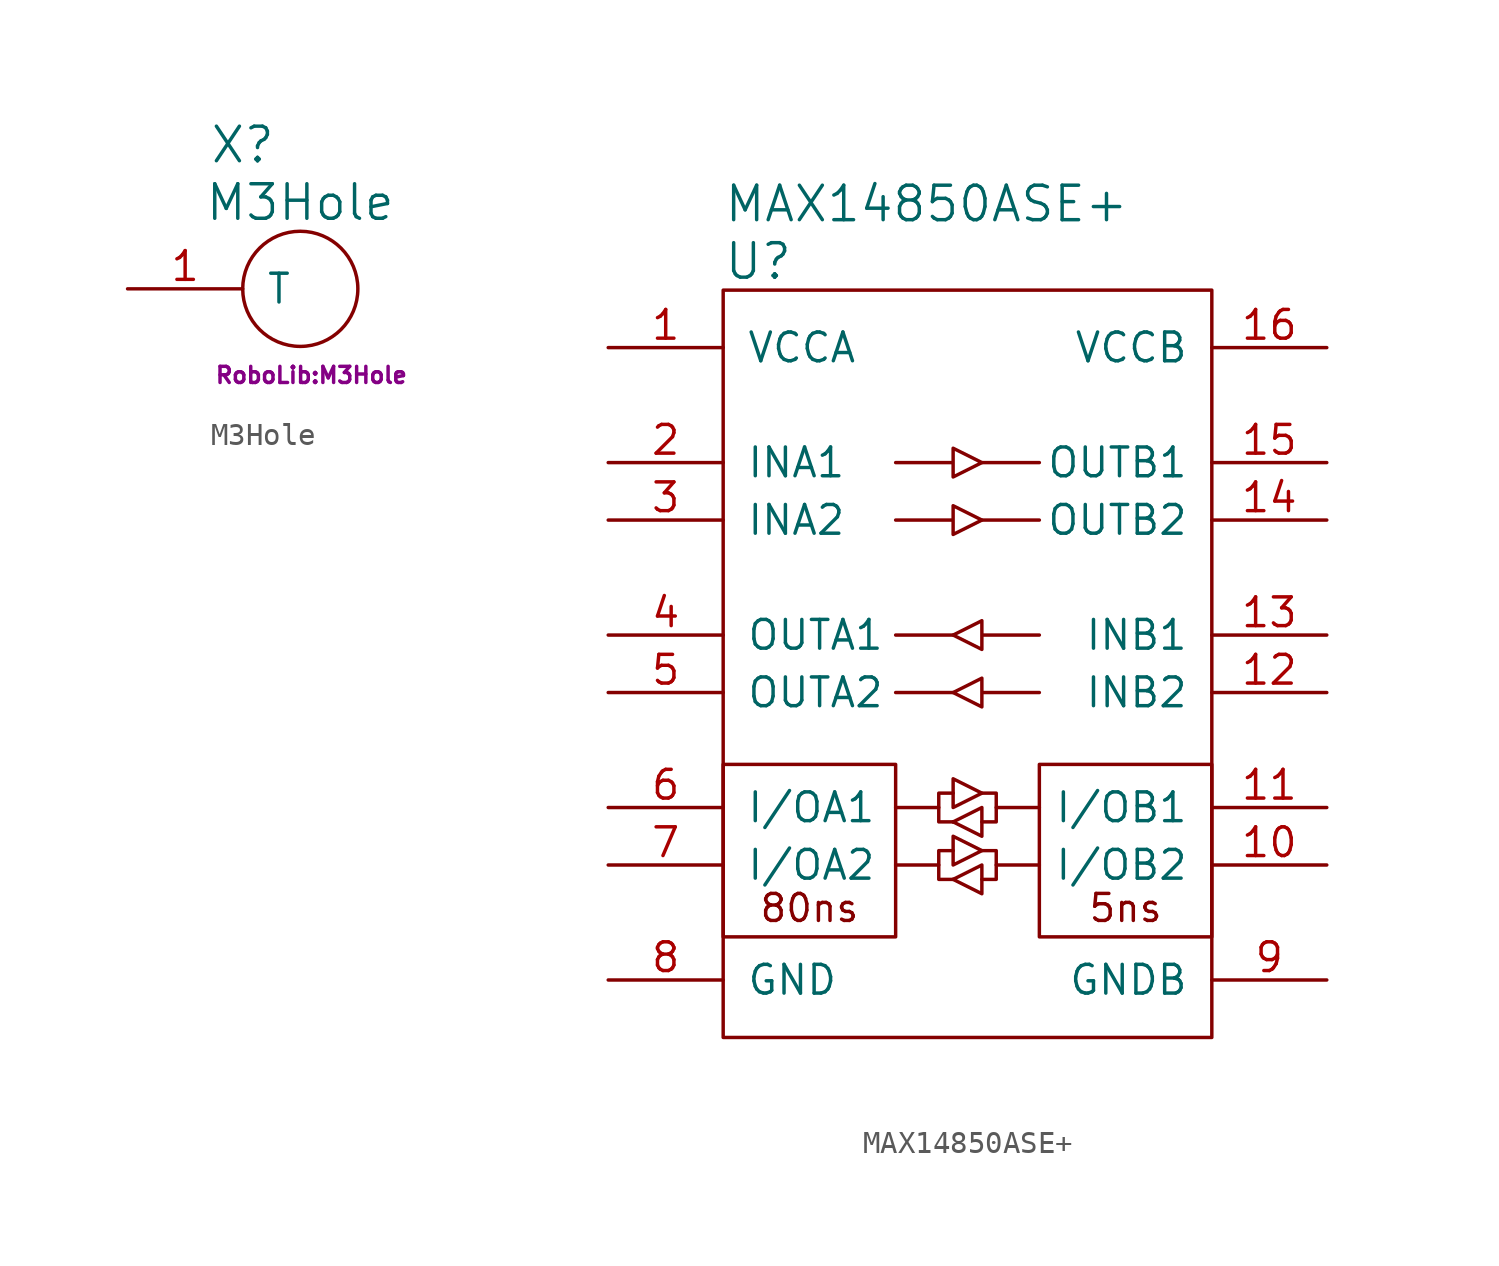
<source format=kicad_sym>
(kicad_symbol_lib
  (version 20211014)
  (generator kicad_symbol_editor)
  (symbol "M3Hole"
    (pin_names
      (offset 1.016))
    (property "Reference" "X"
      (at 0 6.35 0)
      (effects (font (size 1.524 1.524))))
    (property "Value" "M3Hole"
      (at 2.54 3.81 0)
      (effects (font (size 1.524 1.524))))
    (property "Footprint" "RoboLib:M3Hole"
      (at -1.27 -3.81 0)
      (effects (font (size 0.711 0.711)) (justify left)))
    (property "Datasheet" ""
      (at 0 0 0)
      (effects (font (size 1.524 1.524))))
    (symbol "M3Hole_0_1"
      (circle (center 2.54 0) (radius 2.54) (stroke (width 0) (type default) (color 0 0 0 0)) (fill (type none))))
    (symbol "M3Hole_1_1"
      (pin bidirectional line (at -5.08 0 0) (length 5.08) (name "T" (effects (font (size 1.27 1.27)))) (number "1" (effects (font (size 1.27 1.27)))))))
  (symbol "MAX14850ASE+"
    (pin_names
      (offset 1.016))
    (property "Reference" "U"
      (at -10.795 17.78 0)
      (effects (font (size 1.524 1.524)) (justify left)))
    (property "Value" "MAX14850ASE+"
      (at -10.795 20.32 0)
      (effects (font (size 1.524 1.524)) (justify left)))
    (property "Footprint" ""
      (at -10.795 15.24 0)
      (effects (font (size 1.524 1.524))))
    (property "Datasheet" ""
      (at -10.795 15.24 0)
      (effects (font (size 1.524 1.524))))
    (symbol "MAX14850ASE+_0_0"
      (text "5ns" (at 6.985 -10.795 0) (effects (font (size 1.194 1.194))))
      (text "80ns" (at -6.985 -10.795 0) (effects (font (size 1.194 1.194)))))
    (symbol "MAX14850ASE+_0_1"
      (rectangle (start -10.795 16.51) (end 10.795 -16.51) (stroke (width 0) (type default) (color 0 0 0 0)) (fill (type none)))
      (rectangle (start -3.175 -4.445) (end -10.795 -12.065) (stroke (width 0) (type default) (color 0 0 0 0)) (fill (type none)))
      (polyline (pts (xy -1.27 -8.89) (xy -3.175 -8.89)) (stroke (width 0) (type default) (color 0 0 0 0)) (fill (type none)))
      (polyline (pts (xy -1.27 -6.35) (xy -3.175 -6.35)) (stroke (width 0) (type default) (color 0 0 0 0)) (fill (type none)))
      (polyline (pts (xy -0.635 -9.525) (xy -0.635 -9.525)) (stroke (width 0) (type default) (color 0 0 0 0)) (fill (type none)))
      (polyline (pts (xy -0.635 -6.985) (xy -0.635 -6.985)) (stroke (width 0) (type default) (color 0 0 0 0)) (fill (type none)))
      (polyline (pts (xy -0.635 -1.27) (xy -3.175 -1.27)) (stroke (width 0) (type default) (color 0 0 0 0)) (fill (type none)))
      (polyline (pts (xy -0.635 1.27) (xy -3.175 1.27)) (stroke (width 0) (type default) (color 0 0 0 0)) (fill (type none)))
      (polyline (pts (xy 0.635 6.35) (xy 3.175 6.35)) (stroke (width 0) (type default) (color 0 0 0 0)) (fill (type none)))
      (polyline (pts (xy 0.635 8.89) (xy 3.175 8.89)) (stroke (width 0) (type default) (color 0 0 0 0)) (fill (type none)))
      (polyline (pts (xy 1.27 -8.89) (xy 3.175 -8.89)) (stroke (width 0) (type default) (color 0 0 0 0)) (fill (type none)))
      (polyline (pts (xy 1.27 -6.35) (xy 3.175 -6.35)) (stroke (width 0) (type default) (color 0 0 0 0)) (fill (type none)))
      (polyline (pts (xy -0.635 -8.255) (xy -1.27 -8.255) (xy -1.27 -9.525) (xy -0.635 -9.525)) (stroke (width 0) (type default) (color 0 0 0 0)) (fill (type none)))
      (polyline (pts (xy -0.635 -5.715) (xy -1.27 -5.715) (xy -1.27 -6.985) (xy -0.635 -6.985)) (stroke (width 0) (type default) (color 0 0 0 0)) (fill (type none)))
      (polyline (pts (xy 0.635 -8.255) (xy 1.27 -8.255) (xy 1.27 -9.525) (xy 0.635 -9.525)) (stroke (width 0) (type default) (color 0 0 0 0)) (fill (type none)))
      (polyline (pts (xy 0.635 -5.715) (xy 1.27 -5.715) (xy 1.27 -6.985) (xy 0.635 -6.985)) (stroke (width 0) (type default) (color 0 0 0 0)) (fill (type none)))
      (polyline (pts (xy -0.635 -8.255) (xy -0.635 -7.62) (xy 0.635 -8.255) (xy -0.635 -8.89) (xy -0.635 -8.255)) (stroke (width 0) (type default) (color 0 0 0 0)) (fill (type none)))
      (polyline (pts (xy -0.635 -5.715) (xy -0.635 -5.08) (xy 0.635 -5.715) (xy -0.635 -6.35) (xy -0.635 -5.715)) (stroke (width 0) (type default) (color 0 0 0 0)) (fill (type none)))
      (polyline (pts (xy 0.635 -9.525) (xy 0.635 -8.89) (xy -0.635 -9.525) (xy 0.635 -10.16) (xy 0.635 -9.525)) (stroke (width 0) (type default) (color 0 0 0 0)) (fill (type none)))
      (polyline (pts (xy 0.635 -6.985) (xy 0.635 -6.35) (xy -0.635 -6.985) (xy 0.635 -7.62) (xy 0.635 -6.985)) (stroke (width 0) (type default) (color 0 0 0 0)) (fill (type none)))
      (polyline (pts (xy -3.175 6.35) (xy -0.635 6.35) (xy -0.635 6.985) (xy 0.635 6.35) (xy -0.635 5.715) (xy -0.635 6.35)) (stroke (width 0) (type default) (color 0 0 0 0)) (fill (type none)))
      (polyline (pts (xy -3.175 8.89) (xy -0.635 8.89) (xy -0.635 9.525) (xy 0.635 8.89) (xy -0.635 8.255) (xy -0.635 8.89)) (stroke (width 0) (type default) (color 0 0 0 0)) (fill (type none)))
      (polyline (pts (xy 3.175 -1.27) (xy 0.635 -1.27) (xy 0.635 -0.635) (xy -0.635 -1.27) (xy 0.635 -1.905) (xy 0.635 -1.27)) (stroke (width 0) (type default) (color 0 0 0 0)) (fill (type none)))
      (polyline (pts (xy 3.175 1.27) (xy 0.635 1.27) (xy 0.635 1.905) (xy -0.635 1.27) (xy 0.635 0.635) (xy 0.635 1.27)) (stroke (width 0) (type default) (color 0 0 0 0)) (fill (type none)))
      (rectangle (start 10.795 -4.445) (end 3.175 -12.065) (stroke (width 0) (type default) (color 0 0 0 0)) (fill (type none))))
    (symbol "MAX14850ASE+_1_1"
      (pin power_in line (at -15.875 13.97 0) (length 5.08) (name "VCCA" (effects (font (size 1.27 1.27)))) (number "1" (effects (font (size 1.27 1.27)))))
      (pin bidirectional line (at 15.875 -8.89 180) (length 5.08) (name "I/OB2" (effects (font (size 1.27 1.27)))) (number "10" (effects (font (size 1.27 1.27)))))
      (pin bidirectional line (at 15.875 -6.35 180) (length 5.08) (name "I/OB1" (effects (font (size 1.27 1.27)))) (number "11" (effects (font (size 1.27 1.27)))))
      (pin input line (at 15.875 -1.27 180) (length 5.08) (name "INB2" (effects (font (size 1.27 1.27)))) (number "12" (effects (font (size 1.27 1.27)))))
      (pin input line (at 15.875 1.27 180) (length 5.08) (name "INB1" (effects (font (size 1.27 1.27)))) (number "13" (effects (font (size 1.27 1.27)))))
      (pin output line (at 15.875 6.35 180) (length 5.08) (name "OUTB2" (effects (font (size 1.27 1.27)))) (number "14" (effects (font (size 1.27 1.27)))))
      (pin output line (at 15.875 8.89 180) (length 5.08) (name "OUTB1" (effects (font (size 1.27 1.27)))) (number "15" (effects (font (size 1.27 1.27)))))
      (pin power_in line (at 15.875 13.97 180) (length 5.08) (name "VCCB" (effects (font (size 1.27 1.27)))) (number "16" (effects (font (size 1.27 1.27)))))
      (pin input line (at -15.875 8.89 0) (length 5.08) (name "INA1" (effects (font (size 1.27 1.27)))) (number "2" (effects (font (size 1.27 1.27)))))
      (pin input line (at -15.875 6.35 0) (length 5.08) (name "INA2" (effects (font (size 1.27 1.27)))) (number "3" (effects (font (size 1.27 1.27)))))
      (pin output line (at -15.875 1.27 0) (length 5.08) (name "OUTA1" (effects (font (size 1.27 1.27)))) (number "4" (effects (font (size 1.27 1.27)))))
      (pin output line (at -15.875 -1.27 0) (length 5.08) (name "OUTA2" (effects (font (size 1.27 1.27)))) (number "5" (effects (font (size 1.27 1.27)))))
      (pin bidirectional line (at -15.875 -6.35 0) (length 5.08) (name "I/OA1" (effects (font (size 1.27 1.27)))) (number "6" (effects (font (size 1.27 1.27)))))
      (pin bidirectional line (at -15.875 -8.89 0) (length 5.08) (name "I/OA2" (effects (font (size 1.27 1.27)))) (number "7" (effects (font (size 1.27 1.27)))))
      (pin power_in line (at -15.875 -13.97 0) (length 5.08) (name "GND" (effects (font (size 1.27 1.27)))) (number "8" (effects (font (size 1.27 1.27)))))
      (pin power_in line (at 15.875 -13.97 180) (length 5.08) (name "GNDB" (effects (font (size 1.27 1.27)))) (number "9" (effects (font (size 1.27 1.27))))))))
</source>
